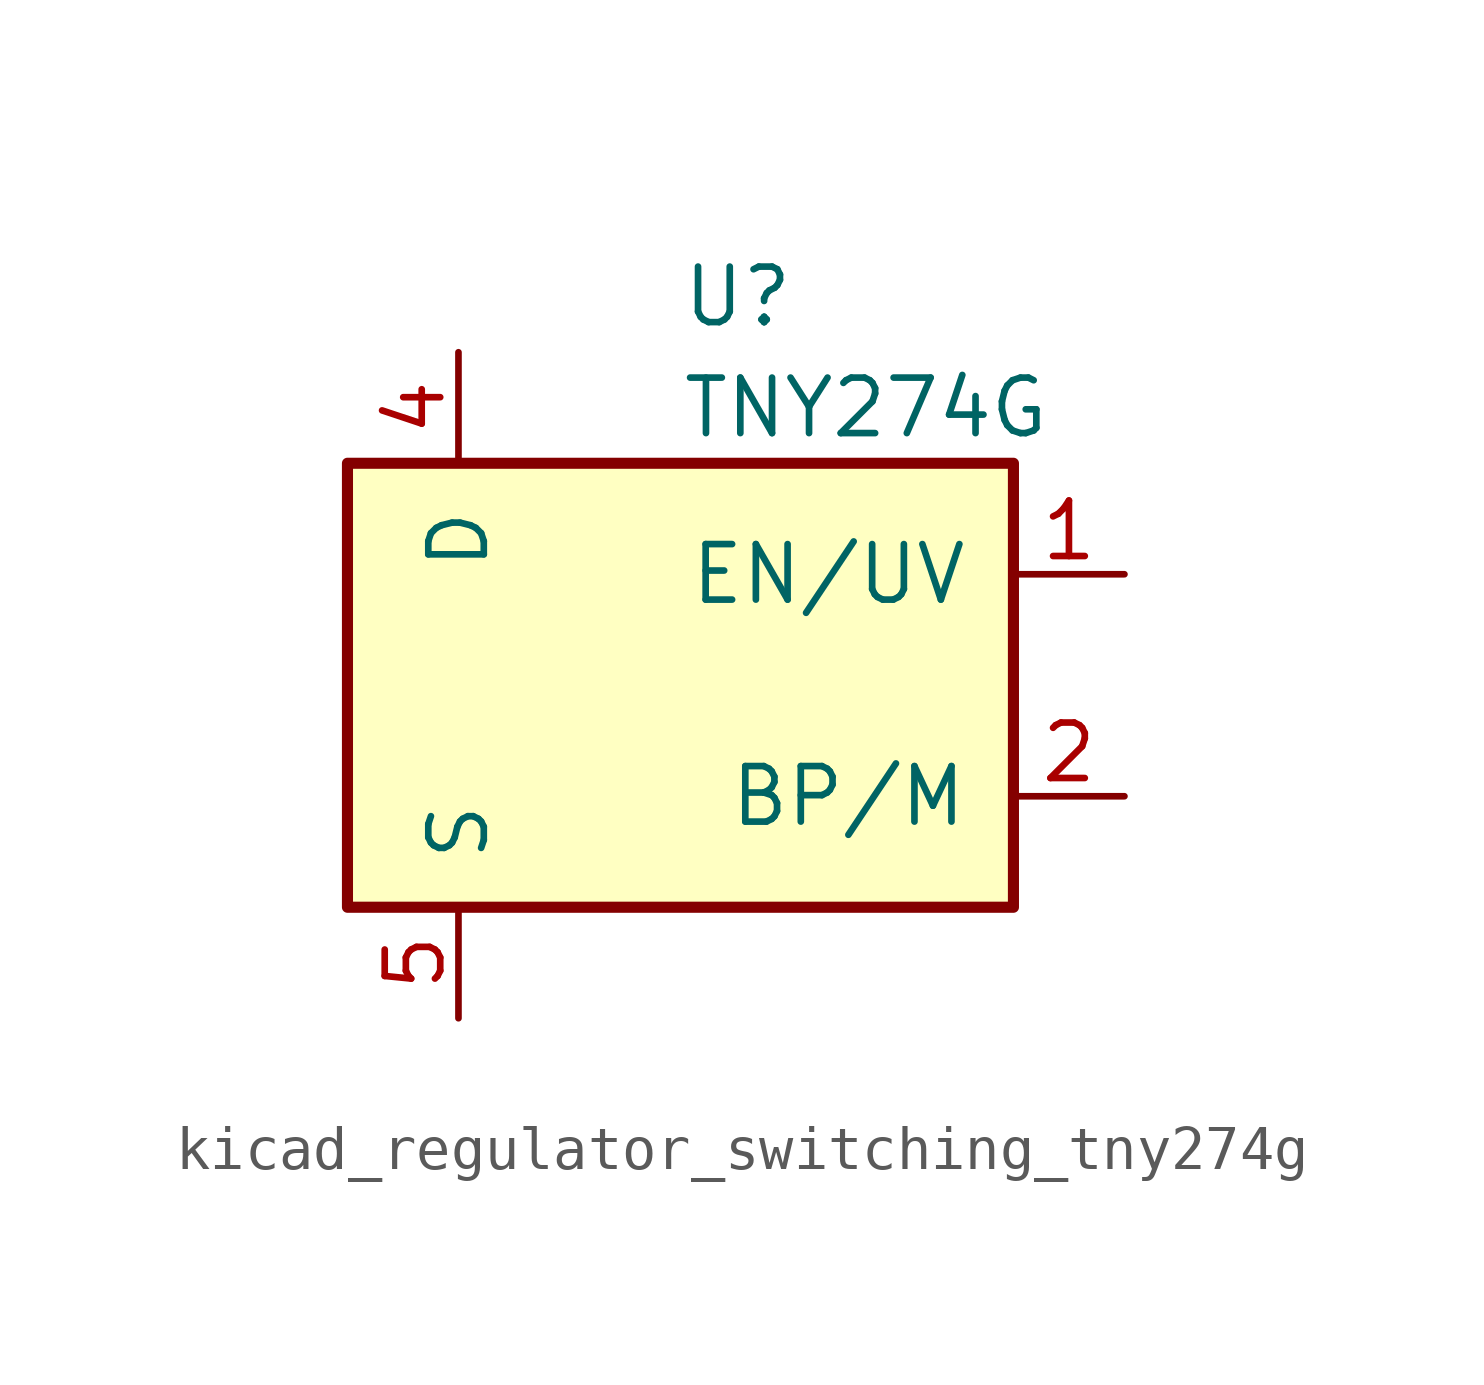
<source format=kicad_sym>
(kicad_symbol_lib
  (version 20220914)
  (generator kicad_symbol_editor)
  (symbol "kicad_regulator_switching_tny274g"
    (pin_names
      (offset 1.016))
    (property "Reference" "U"
      (at 0 8.89 0)
      (effects (font (size 1.27 1.27)) (justify left)))
    (property "Value" "TNY274G"
      (at 0 6.35 0)
      (effects (font (size 1.27 1.27)) (justify left)))
    (symbol "kicad_regulator_switching_tny274g_0_1"
      (rectangle (start -7.62 5.08) (end 7.62 -5.08) (stroke (width 0.254) (type default)) (fill (type background))))
    (symbol "kicad_regulator_switching_tny274g_1_1"
      (pin input line (at 10.16 2.54 180) (length 2.54) (name "EN/UV" (effects (font (size 1.27 1.27)))) (number "1" (effects (font (size 1.27 1.27)))))
      (pin input line (at 10.16 -2.54 180) (length 2.54) (name "BP/M" (effects (font (size 1.27 1.27)))) (number "2" (effects (font (size 1.27 1.27)))))
      (pin open_collector line (at -5.08 7.62 270) (length 2.54) (name "D" (effects (font (size 1.27 1.27)))) (number "4" (effects (font (size 1.27 1.27)))))
      (pin power_in line (at -5.08 -7.62 90) (length 2.54) (name "S" (effects (font (size 1.27 1.27)))) (number "5" (effects (font (size 1.27 1.27)))))
      (pin passive line (at -5.08 -7.62 90) (length 2.54) hide (name "S" (effects (font (size 1.27 1.27)))) (number "6" (effects (font (size 1.27 1.27)))))
      (pin passive line (at -5.08 -7.62 90) (length 2.54) hide (name "S" (effects (font (size 1.27 1.27)))) (number "7" (effects (font (size 1.27 1.27)))))
      (pin passive line (at -5.08 -7.62 90) (length 2.54) hide (name "S" (effects (font (size 1.27 1.27)))) (number "8" (effects (font (size 1.27 1.27))))))))
</source>
